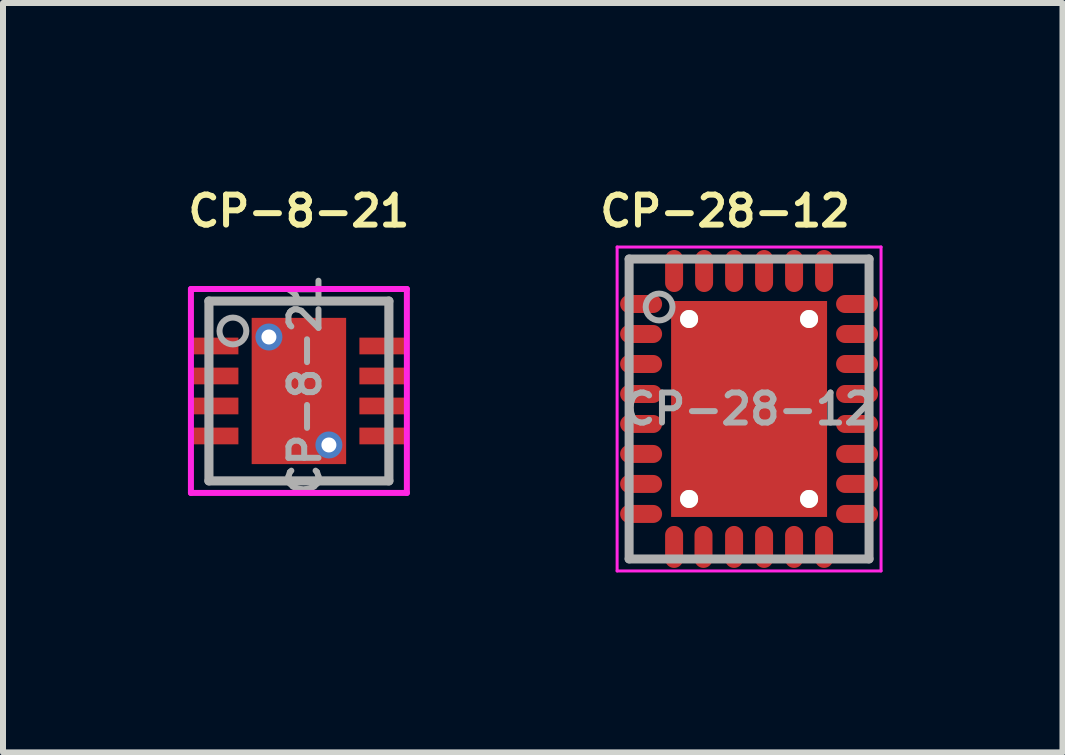
<source format=kicad_pcb>
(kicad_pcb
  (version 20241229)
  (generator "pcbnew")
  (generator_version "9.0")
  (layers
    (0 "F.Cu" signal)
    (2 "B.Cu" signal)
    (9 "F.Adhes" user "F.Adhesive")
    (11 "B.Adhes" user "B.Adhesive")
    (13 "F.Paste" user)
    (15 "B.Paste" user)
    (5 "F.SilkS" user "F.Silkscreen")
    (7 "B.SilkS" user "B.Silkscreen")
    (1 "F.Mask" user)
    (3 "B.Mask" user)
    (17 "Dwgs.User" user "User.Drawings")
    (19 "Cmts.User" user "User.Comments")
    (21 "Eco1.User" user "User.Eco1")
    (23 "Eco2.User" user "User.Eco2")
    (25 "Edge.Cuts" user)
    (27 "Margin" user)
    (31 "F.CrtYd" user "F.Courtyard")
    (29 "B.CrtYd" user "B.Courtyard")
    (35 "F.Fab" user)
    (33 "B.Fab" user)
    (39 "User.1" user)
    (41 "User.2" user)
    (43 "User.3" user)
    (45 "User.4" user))
  (footprint "CP-8-21"
    (layer "F.Cu")
    (at 1.933 3.468)
    (property "Reference" "CP-8-21" (at 0 -3 0) (layer "F.SilkS") (effects (font (size 0.5 0.5) (thickness 0.1))))
    (attr smd)
    (fp_line (start -1.8 -1.7) (end -1.8 1.7) (stroke (width 0.1) (type solid)) (layer "F.CrtYd"))
    (fp_line (start -1.8 1.7) (end 1.8 1.7) (stroke (width 0.1) (type solid)) (layer "F.CrtYd"))
    (fp_line (start 1.8 -1.7) (end -1.8 -1.7) (stroke (width 0.1) (type solid)) (layer "F.CrtYd"))
    (fp_line (start 1.8 1.7) (end 1.8 -1.7) (stroke (width 0.1) (type solid)) (layer "F.CrtYd"))
    (fp_line (start -1.5 -1.499) (end -1.5 1.499) (stroke (width 0.152) (type solid)) (layer "F.Fab"))
    (fp_line (start -1.5 1.499) (end 1.5 1.499) (stroke (width 0.152) (type solid)) (layer "F.Fab"))
    (fp_line (start 1.5 -1.499) (end -1.5 -1.499) (stroke (width 0.152) (type solid)) (layer "F.Fab"))
    (fp_line (start 1.5 1.499) (end 1.5 -1.499) (stroke (width 0.152) (type solid)) (layer "F.Fab"))
    (fp_circle (center -1.1 -1) (end -1 -0.8) (stroke (width 0.1) (type solid)) (fill no) (layer "F.Fab"))
    (fp_text user "${REFERENCE}" (at 0.1 -0.1 90) (layer "F.Fab") (effects (font (size 0.5 0.5) (thickness 0.1))))
    (pad "1" smd rect (at -1.402 -0.75) (size 0.787 0.279) (layers "F.Cu" "F.Mask" "F.Paste"))
    (pad "2" smd rect (at -1.402 -0.25) (size 0.787 0.279) (layers "F.Cu" "F.Mask" "F.Paste"))
    (pad "3" smd rect (at -1.402 0.25) (size 0.787 0.279) (layers "F.Cu" "F.Mask" "F.Paste"))
    (pad "4" smd rect (at -1.402 0.75) (size 0.787 0.279) (layers "F.Cu" "F.Mask" "F.Paste"))
    (pad "5" smd rect (at 1.402 0.75) (size 0.787 0.279) (layers "F.Cu" "F.Mask" "F.Paste"))
    (pad "6" smd rect (at 1.402 0.25) (size 0.787 0.279) (layers "F.Cu" "F.Mask" "F.Paste"))
    (pad "7" smd rect (at 1.402 -0.25) (size 0.787 0.279) (layers "F.Cu" "F.Mask" "F.Paste"))
    (pad "8" smd rect (at 1.402 -0.75) (size 0.787 0.279) (layers "F.Cu" "F.Mask" "F.Paste"))
    (pad "9" thru_hole circle (at -0.5 -0.9) (size 0.45 0.45) (drill 0.25) (layers "*.Cu" "F.Mask"))
    (pad "9" smd rect (at 0 0) (size 1.575 2.438) (layers "F.Cu" "F.Mask" "F.Paste"))
    (pad "9" thru_hole circle (at 0.5 0.9) (size 0.45 0.45) (drill 0.25) (layers "*.Cu" "F.Mask")))
  (footprint "CP-28-12"
    (layer "F.Cu")
    (at 9.438 3.768)
    (property "Reference" "CP-28-12" (at -0.4 -3.3 0) (layer "F.SilkS") (effects (font (size 0.5 0.5) (thickness 0.1))))
    (attr smd)
    (fp_line (start -2.2 -2.7) (end -2.2 2.7) (stroke (width 0.05) (type solid)) (layer "F.CrtYd"))
    (fp_line (start -2.2 2.7) (end 2.2 2.7) (stroke (width 0.05) (type solid)) (layer "F.CrtYd"))
    (fp_line (start 2.2 -2.7) (end -2.2 -2.7) (stroke (width 0.05) (type solid)) (layer "F.CrtYd"))
    (fp_line (start 2.2 2.7) (end 2.2 -2.7) (stroke (width 0.05) (type solid)) (layer "F.CrtYd"))
    (fp_line (start -2 -2.5) (end 2 -2.5) (stroke (width 0.15) (type solid)) (layer "F.Fab"))
    (fp_line (start -2 2.5) (end -2 -2.5) (stroke (width 0.15) (type solid)) (layer "F.Fab"))
    (fp_line (start 2 -2.5) (end 2 2.5) (stroke (width 0.15) (type solid)) (layer "F.Fab"))
    (fp_line (start 2 2.5) (end -2 2.5) (stroke (width 0.15) (type solid)) (layer "F.Fab"))
    (fp_circle (center -1.5 -1.7) (end -1.3 -1.6) (stroke (width 0.1) (type solid)) (fill no) (layer "F.Fab"))
    (fp_text user "${REFERENCE}" (at 0 0 0) (layer "F.Fab") (effects (font (size 0.5 0.5) (thickness 0.1))))
    (pad "1" smd oval (at -1.8 -1.75 270) (size 0.3 0.7) (layers "F.Cu" "F.Mask" "F.Paste"))
    (pad "2" smd oval (at -1.8 -1.25 270) (size 0.3 0.7) (layers "F.Cu" "F.Mask" "F.Paste"))
    (pad "3" smd oval (at -1.8 -0.75 270) (size 0.3 0.7) (layers "F.Cu" "F.Mask" "F.Paste"))
    (pad "4" smd oval (at -1.8 -0.25 270) (size 0.3 0.7) (layers "F.Cu" "F.Mask" "F.Paste"))
    (pad "5" smd oval (at -1.8 0.25 270) (size 0.3 0.7) (layers "F.Cu" "F.Mask" "F.Paste"))
    (pad "6" smd oval (at -1.8 0.75 270) (size 0.3 0.7) (layers "F.Cu" "F.Mask" "F.Paste"))
    (pad "7" smd oval (at -1.8 1.25 270) (size 0.3 0.7) (layers "F.Cu" "F.Mask" "F.Paste"))
    (pad "8" smd oval (at -1.8 1.75 270) (size 0.3 0.7) (layers "F.Cu" "F.Mask" "F.Paste"))
    (pad "9" smd oval (at -1.25 2.3) (size 0.3 0.7) (layers "F.Cu" "F.Mask" "F.Paste"))
    (pad "10" smd oval (at -0.76 2.3) (size 0.3 0.7) (layers "F.Cu" "F.Mask" "F.Paste"))
    (pad "11" smd oval (at -0.25 2.3) (size 0.3 0.7) (layers "F.Cu" "F.Mask" "F.Paste"))
    (pad "12" smd oval (at 0.25 2.3) (size 0.3 0.7) (layers "F.Cu" "F.Mask" "F.Paste"))
    (pad "13" smd oval (at 0.75 2.3) (size 0.3 0.7) (layers "F.Cu" "F.Mask" "F.Paste"))
    (pad "14" smd oval (at 1.25 2.3) (size 0.3 0.7) (layers "F.Cu" "F.Mask" "F.Paste"))
    (pad "15" smd oval (at 1.8 1.75 270) (size 0.3 0.7) (layers "F.Cu" "F.Mask" "F.Paste"))
    (pad "16" smd oval (at 1.8 1.25 270) (size 0.3 0.7) (layers "F.Cu" "F.Mask" "F.Paste"))
    (pad "17" smd oval (at 1.8 0.75 270) (size 0.3 0.7) (layers "F.Cu" "F.Mask" "F.Paste"))
    (pad "18" smd oval (at 1.8 0.25 270) (size 0.3 0.7) (layers "F.Cu" "F.Mask" "F.Paste"))
    (pad "19" smd oval (at 1.8 -0.25 270) (size 0.3 0.7) (layers "F.Cu" "F.Mask" "F.Paste"))
    (pad "20" smd oval (at 1.8 -0.75 270) (size 0.3 0.7) (layers "F.Cu" "F.Mask" "F.Paste"))
    (pad "21" smd oval (at 1.8 -1.25 270) (size 0.3 0.7) (layers "F.Cu" "F.Mask" "F.Paste"))
    (pad "22" smd oval (at 1.8 -1.75 270) (size 0.3 0.7) (layers "F.Cu" "F.Mask" "F.Paste"))
    (pad "23" smd oval (at 1.25 -2.3) (size 0.3 0.7) (layers "F.Cu" "F.Mask" "F.Paste"))
    (pad "24" smd oval (at 0.75 -2.3) (size 0.3 0.7) (layers "F.Cu" "F.Mask" "F.Paste"))
    (pad "25" smd oval (at 0.25 -2.3) (size 0.3 0.7) (layers "F.Cu" "F.Mask" "F.Paste"))
    (pad "26" smd oval (at -0.25 -2.3) (size 0.3 0.7) (layers "F.Cu" "F.Mask" "F.Paste"))
    (pad "27" smd oval (at -0.75 -2.3) (size 0.3 0.7) (layers "F.Cu" "F.Mask" "F.Paste"))
    (pad "28" smd oval (at -1.25 -2.3) (size 0.3 0.7) (layers "F.Cu" "F.Mask" "F.Paste"))
    (pad "29" thru_hole circle (at -1 -1.5 270) (size 0.3 0.3) (drill 0.3) (layers "*.Cu" "F.Mask" "F.SilkS"))
    (pad "29" thru_hole circle (at -1 1.5 270) (size 0.3 0.3) (drill 0.3) (layers "*.Cu" "F.Mask" "F.SilkS"))
    (pad "29" smd rect (at 0 0) (size 2.6 3.6) (layers "F.Cu" "F.Mask" "F.Paste"))
    (pad "29" thru_hole circle (at 1 -1.5 270) (size 0.3 0.3) (drill 0.3) (layers "*.Cu" "F.Mask" "F.SilkS"))
    (pad "29" thru_hole circle (at 1 1.5 270) (size 0.3 0.3) (drill 0.3) (layers "*.Cu" "F.Mask" "F.SilkS")))
  (gr_rect
    (start -3 -3)
    (end 14.663 9.493)
    (stroke (width 0.1) (type default))
    (fill no)
    (layer "Edge.Cuts")))
</source>
